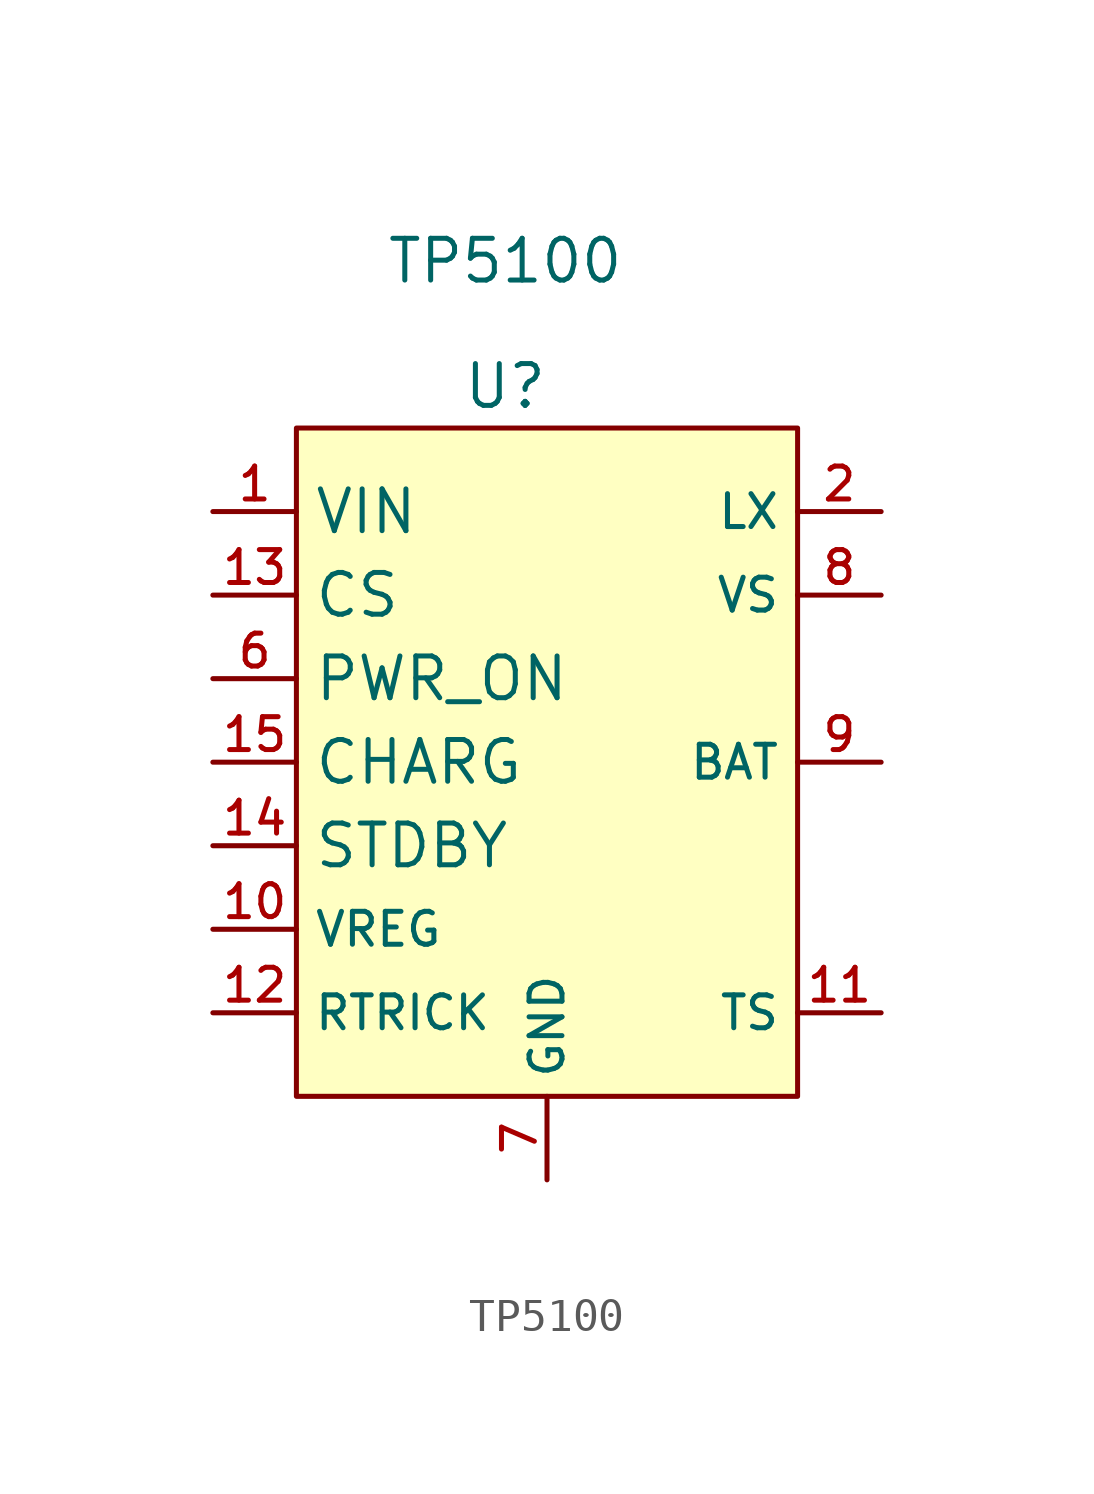
<source format=kicad_sym>
(kicad_symbol_lib
  (version 20211014)
  (generator kicad_symbol_editor)
  (symbol "TP5100"
    (property "Reference" "U"
      (at -13.97 0 0)
      (effects (font (size 1.27 1.27))))
    (property "Value" "TP5100"
      (at -13.97 3.81 0)
      (effects (font (size 1.27 1.27))))
    (symbol "TP5100_0_1"
      (rectangle (start -20.32 -1.27) (end -5.08 -21.59) (stroke (width 0) (type default) (color 0 0 0 0)) (fill (type background))))
    (symbol "TP5100_1_1"
      (pin input line (at -22.86 -3.81 0) (length 2.54) (name "VIN" (effects (font (size 1.27 1.27)))) (number "1" (effects (font (size 1 1)))))
      (pin input line (at -22.86 -16.51 0) (length 2.54) (name "VREG" (effects (font (size 1 1)))) (number "10" (effects (font (size 1 1)))))
      (pin input line (at -2.54 -19.05 180) (length 2.54) (name "TS" (effects (font (size 1 1)))) (number "11" (effects (font (size 1 1)))))
      (pin input line (at -22.86 -19.05 0) (length 2.54) (name "RTRICK" (effects (font (size 1 1)))) (number "12" (effects (font (size 1 1)))))
      (pin input line (at -22.86 -6.35 0) (length 2.54) (name "CS" (effects (font (size 1.27 1.27)))) (number "13" (effects (font (size 1 1)))))
      (pin input line (at -22.86 -13.97 0) (length 2.54) (name "STDBY" (effects (font (size 1.27 1.27)))) (number "14" (effects (font (size 1 1)))))
      (pin input line (at -22.86 -11.43 0) (length 2.54) (name "CHARG" (effects (font (size 1.27 1.27)))) (number "15" (effects (font (size 1 1)))))
      (pin input line (at -2.54 -3.81 180) (length 2.54) (name "LX" (effects (font (size 1 1)))) (number "2" (effects (font (size 1 1)))))
      (pin input line (at -22.86 -8.89 0) (length 2.54) (name "PWR_ON" (effects (font (size 1.27 1.27)))) (number "6" (effects (font (size 1 1)))))
      (pin input line (at -12.7 -24.13 90) (length 2.54) (name "GND" (effects (font (size 1 1)))) (number "7" (effects (font (size 1 1)))))
      (pin input line (at -2.54 -6.35 180) (length 2.54) (name "VS" (effects (font (size 1 1)))) (number "8" (effects (font (size 1 1)))))
      (pin input line (at -2.54 -11.43 180) (length 2.54) (name "BAT" (effects (font (size 1 1)))) (number "9" (effects (font (size 1 1))))))))
</source>
